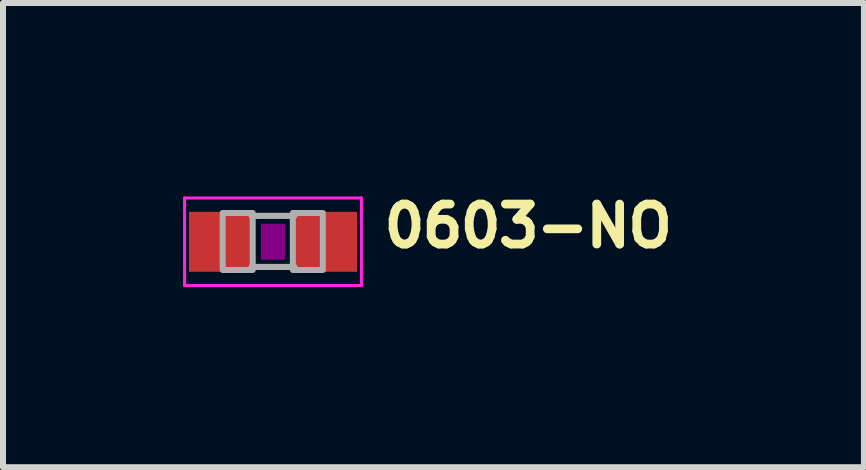
<source format=kicad_pcb>
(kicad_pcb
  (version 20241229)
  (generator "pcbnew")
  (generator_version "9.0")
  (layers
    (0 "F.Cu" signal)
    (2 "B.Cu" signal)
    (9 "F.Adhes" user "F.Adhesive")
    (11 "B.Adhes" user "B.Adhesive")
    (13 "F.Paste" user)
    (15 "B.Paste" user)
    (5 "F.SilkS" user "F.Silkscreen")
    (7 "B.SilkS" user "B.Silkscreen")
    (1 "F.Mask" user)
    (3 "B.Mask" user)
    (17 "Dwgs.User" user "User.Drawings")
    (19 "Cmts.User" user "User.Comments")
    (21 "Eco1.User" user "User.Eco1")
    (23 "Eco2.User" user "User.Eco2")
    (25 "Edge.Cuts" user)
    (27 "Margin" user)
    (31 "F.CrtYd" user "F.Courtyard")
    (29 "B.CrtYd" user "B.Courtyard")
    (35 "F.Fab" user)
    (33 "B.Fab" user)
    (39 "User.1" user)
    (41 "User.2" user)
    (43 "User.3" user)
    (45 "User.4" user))
  (footprint "0603-NO"
    (layer "F.Cu")
    (at 1.498 0.978)
    (property "Reference" "0603-NO" (at 1.778 0.127 0) (layer "F.SilkS") (effects (font (size 0.666 0.666) (thickness 0.146)) (justify left bottom)))
    (fp_poly (pts (xy -0.2 0.3) (xy 0.2 0.3) (xy 0.2 -0.3) (xy -0.2 -0.3)) (stroke (width 0) (type solid)) (fill yes) (layer "F.Adhes"))
    (fp_line (start -1.473 -0.729) (end 1.473 -0.729) (stroke (width 0.051) (type solid)) (layer "F.CrtYd"))
    (fp_line (start -1.473 0.729) (end -1.473 -0.729) (stroke (width 0.051) (type solid)) (layer "F.CrtYd"))
    (fp_line (start 1.473 -0.729) (end 1.473 0.729) (stroke (width 0.051) (type solid)) (layer "F.CrtYd"))
    (fp_line (start 1.473 0.729) (end -1.473 0.729) (stroke (width 0.051) (type solid)) (layer "F.CrtYd"))
    (fp_line (start -0.356 -0.432) (end 0.356 -0.432) (stroke (width 0.102) (type solid)) (layer "F.Fab"))
    (fp_line (start -0.356 0.419) (end 0.356 0.419) (stroke (width 0.102) (type solid)) (layer "F.Fab"))
    (fp_poly (pts (xy -0.838 0.47) (xy -0.338 0.47) (xy -0.338 -0.48) (xy -0.838 -0.48)) (stroke (width 0.1) (type solid)) (fill no) (layer "F.Fab"))
    (fp_poly (pts (xy 0.33 0.47) (xy 0.83 0.47) (xy 0.83 -0.48) (xy 0.33 -0.48)) (stroke (width 0.1) (type solid)) (fill no) (layer "F.Fab"))
    (pad "1" smd rect (at -0.85 0) (size 1.1 1) (layers "F.Cu" "F.Mask" "F.Paste"))
    (pad "2" smd rect (at 0.85 0) (size 1.1 1) (layers "F.Cu" "F.Mask" "F.Paste")))
  (gr_rect
    (start -3 -3)
    (end 11.343 4.733)
    (stroke (width 0.1) (type default))
    (fill no)
    (layer "Edge.Cuts")))
</source>
